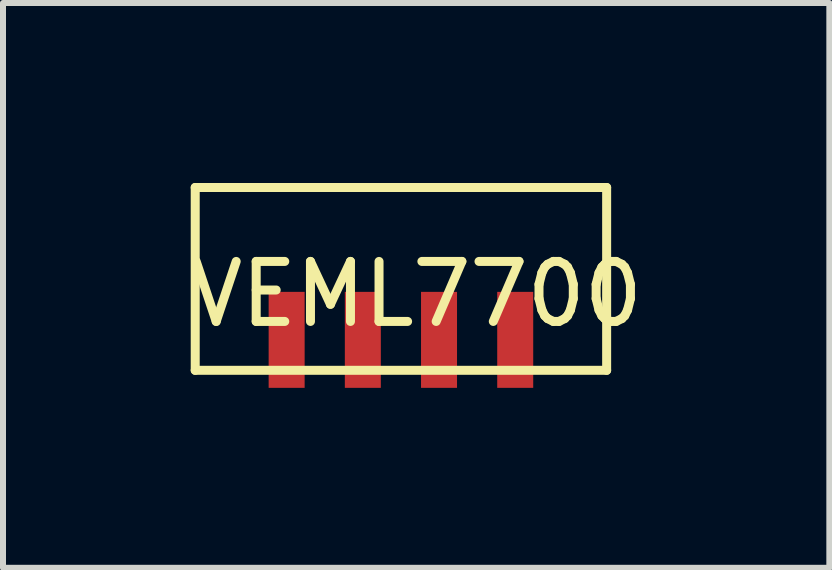
<source format=kicad_pcb>
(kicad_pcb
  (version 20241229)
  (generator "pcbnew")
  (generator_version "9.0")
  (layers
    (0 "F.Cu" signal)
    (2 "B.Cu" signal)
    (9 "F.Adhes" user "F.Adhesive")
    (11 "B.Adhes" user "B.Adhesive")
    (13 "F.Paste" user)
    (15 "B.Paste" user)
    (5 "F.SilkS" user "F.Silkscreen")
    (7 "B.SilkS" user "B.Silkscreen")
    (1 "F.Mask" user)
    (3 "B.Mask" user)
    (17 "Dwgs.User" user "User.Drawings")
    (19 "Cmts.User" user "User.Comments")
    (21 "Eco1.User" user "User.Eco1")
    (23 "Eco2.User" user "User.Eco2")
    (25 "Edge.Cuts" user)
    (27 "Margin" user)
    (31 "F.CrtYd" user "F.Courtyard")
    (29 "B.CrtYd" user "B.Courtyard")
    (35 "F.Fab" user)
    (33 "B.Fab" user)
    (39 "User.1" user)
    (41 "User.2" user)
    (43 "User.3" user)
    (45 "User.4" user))
  (footprint "VEML7700"
    (layer "F.Cu")
    (at 3.633 1.853)
    (property "Reference" "VEML7700" (at 0.254 0 0) (layer "F.SilkS") (effects (font (size 1 1) (thickness 0.15))))
    (attr through_hole)
    (fp_line (start -3.429 -1.778) (end 3.429 -1.778) (stroke (width 0.15) (type solid)) (layer "F.SilkS"))
    (fp_line (start -3.429 1.27) (end -3.429 -1.778) (stroke (width 0.15) (type solid)) (layer "F.SilkS"))
    (fp_line (start 3.429 -1.778) (end 3.429 1.27) (stroke (width 0.15) (type solid)) (layer "F.SilkS"))
    (fp_line (start 3.429 1.27) (end -3.429 1.27) (stroke (width 0.15) (type solid)) (layer "F.SilkS"))
    (pad "1" smd rect (at -1.905 0.762) (size 0.6 1.6) (layers "F.Cu" "F.Mask" "F.Paste"))
    (pad "2" smd rect (at -0.635 0.762) (size 0.6 1.6) (layers "F.Cu" "F.Mask" "F.Paste"))
    (pad "3" smd rect (at 0.635 0.762) (size 0.6 1.6) (layers "F.Cu" "F.Mask" "F.Paste"))
    (pad "4" smd rect (at 1.905 0.762) (size 0.6 1.6) (layers "F.Cu" "F.Mask" "F.Paste")))
  (gr_rect
    (start -3 -3)
    (end 10.774 6.415)
    (stroke (width 0.1) (type default))
    (fill no)
    (layer "Edge.Cuts")))
</source>
